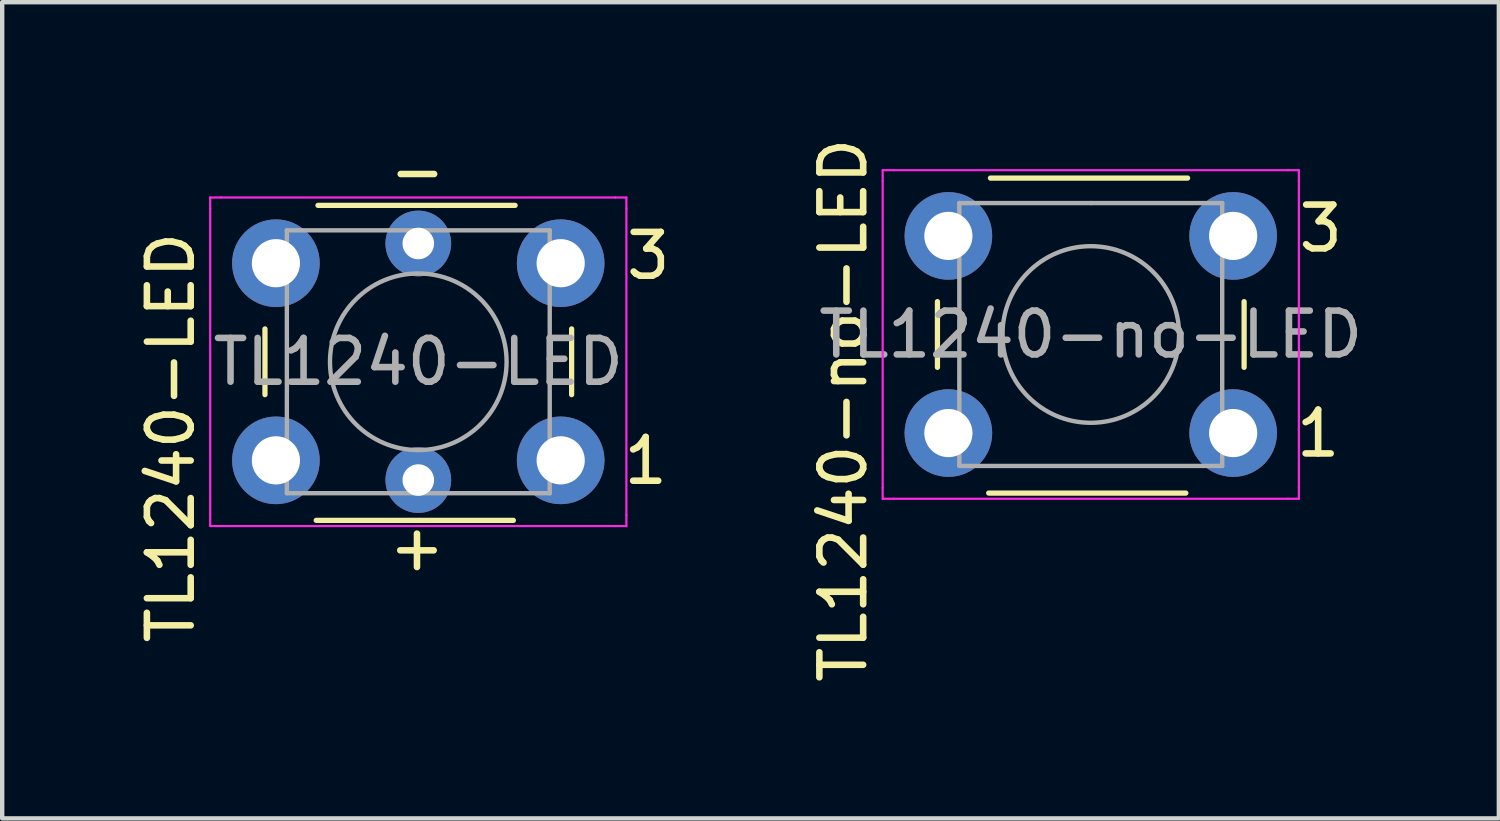
<source format=kicad_pcb>
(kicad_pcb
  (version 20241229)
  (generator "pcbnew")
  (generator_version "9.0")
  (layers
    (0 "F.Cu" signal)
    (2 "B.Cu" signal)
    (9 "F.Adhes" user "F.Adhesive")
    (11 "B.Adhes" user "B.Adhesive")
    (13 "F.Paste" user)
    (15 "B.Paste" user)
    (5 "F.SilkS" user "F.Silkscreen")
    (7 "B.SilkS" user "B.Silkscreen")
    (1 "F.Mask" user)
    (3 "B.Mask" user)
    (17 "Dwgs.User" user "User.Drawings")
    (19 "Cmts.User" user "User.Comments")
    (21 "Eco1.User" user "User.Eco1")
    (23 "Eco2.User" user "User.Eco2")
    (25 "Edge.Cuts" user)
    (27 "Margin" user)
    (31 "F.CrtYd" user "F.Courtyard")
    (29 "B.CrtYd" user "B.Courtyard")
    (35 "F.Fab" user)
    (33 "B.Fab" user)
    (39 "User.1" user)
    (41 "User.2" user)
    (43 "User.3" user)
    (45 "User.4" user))
  (footprint "TL1240-no-LED"
    (layer "F.Cu")
    (at 18.598 2.335)
    (property "Reference" "TL1240-no-LED" (at -2.4 3.98 90) (layer "F.SilkS") (effects (font (size 1 1) (thickness 0.15))))
    (attr through_hole)
    (fp_line (start -0.25 1.5) (end -0.25 3) (stroke (width 0.12) (type solid)) (layer "F.SilkS"))
    (fp_line (start 0.92 5.87) (end 5.42 5.87) (stroke (width 0.12) (type solid)) (layer "F.SilkS"))
    (fp_line (start 5.46 -1.32) (end 0.96 -1.32) (stroke (width 0.12) (type solid)) (layer "F.SilkS"))
    (fp_line (start 6.75 3) (end 6.75 1.5) (stroke (width 0.12) (type solid)) (layer "F.SilkS"))
    (fp_line (start -1.5 -1.5) (end -1.25 -1.5) (stroke (width 0.05) (type solid)) (layer "F.CrtYd"))
    (fp_line (start -1.5 -1.25) (end -1.5 -1.5) (stroke (width 0.05) (type solid)) (layer "F.CrtYd"))
    (fp_line (start -1.5 5.75) (end -1.5 -1.25) (stroke (width 0.05) (type solid)) (layer "F.CrtYd"))
    (fp_line (start -1.5 5.75) (end -1.5 6) (stroke (width 0.05) (type solid)) (layer "F.CrtYd"))
    (fp_line (start -1.5 6) (end -1.25 6) (stroke (width 0.05) (type solid)) (layer "F.CrtYd"))
    (fp_line (start -1.25 -1.5) (end 7.75 -1.5) (stroke (width 0.05) (type solid)) (layer "F.CrtYd"))
    (fp_line (start 7.75 -1.5) (end 8 -1.5) (stroke (width 0.05) (type solid)) (layer "F.CrtYd"))
    (fp_line (start 7.75 6) (end -1.25 6) (stroke (width 0.05) (type solid)) (layer "F.CrtYd"))
    (fp_line (start 7.75 6) (end 8 6) (stroke (width 0.05) (type solid)) (layer "F.CrtYd"))
    (fp_line (start 8 -1.5) (end 8 -1.25) (stroke (width 0.05) (type solid)) (layer "F.CrtYd"))
    (fp_line (start 8 -1.25) (end 8 5.75) (stroke (width 0.05) (type solid)) (layer "F.CrtYd"))
    (fp_line (start 8 6) (end 8 5.75) (stroke (width 0.05) (type solid)) (layer "F.CrtYd"))
    (fp_line (start 0.25 -0.75) (end 3.25 -0.75) (stroke (width 0.1) (type solid)) (layer "F.Fab"))
    (fp_line (start 0.25 5.25) (end 0.25 -0.75) (stroke (width 0.1) (type solid)) (layer "F.Fab"))
    (fp_line (start 3.25 -0.75) (end 6.25 -0.75) (stroke (width 0.1) (type solid)) (layer "F.Fab"))
    (fp_line (start 6.25 -0.75) (end 6.25 5.25) (stroke (width 0.1) (type solid)) (layer "F.Fab"))
    (fp_line (start 6.25 5.25) (end 0.25 5.25) (stroke (width 0.1) (type solid)) (layer "F.Fab"))
    (fp_circle (center 3.25 2.25) (end 1.25 2.5) (stroke (width 0.1) (type solid)) (fill no) (layer "F.Fab"))
    (fp_text user "3" (at 8.5 -0.17 0) (unlocked yes) (layer "F.SilkS") (effects (font (size 1 1) (thickness 0.15))))
    (fp_text user "1" (at 8.44 4.51 0) (unlocked yes) (layer "F.SilkS") (effects (font (size 1 1) (thickness 0.15))))
    (fp_text user "${REFERENCE}" (at 3.25 2.25 0) (layer "F.Fab") (effects (font (size 1 1) (thickness 0.15))))
    (pad "1" thru_hole circle (at 6.5 4.5 90) (size 2 2) (drill 1.1) (layers "*.Cu" "*.Mask"))
    (pad "2" thru_hole circle (at 0 4.5 90) (size 2 2) (drill 1.1) (layers "*.Cu" "*.Mask"))
    (pad "3" thru_hole circle (at 6.5 0 90) (size 2 2) (drill 1.1) (layers "*.Cu" "*.Mask"))
    (pad "4" thru_hole circle (at 0 0 90) (size 2 2) (drill 1.1) (layers "*.Cu" "*.Mask")))
  (footprint "TL1240-LED"
    (layer "F.Cu")
    (at 3.248 2.958)
    (property "Reference" "TL1240-LED" (at -2.4 3.98 90) (layer "F.SilkS") (effects (font (size 1 1) (thickness 0.15))))
    (attr through_hole)
    (fp_line (start -0.25 1.5) (end -0.25 3) (stroke (width 0.12) (type solid)) (layer "F.SilkS"))
    (fp_line (start 0.92 5.87) (end 5.42 5.87) (stroke (width 0.12) (type solid)) (layer "F.SilkS"))
    (fp_line (start 5.46 -1.32) (end 0.96 -1.32) (stroke (width 0.12) (type solid)) (layer "F.SilkS"))
    (fp_line (start 6.75 3) (end 6.75 1.5) (stroke (width 0.12) (type solid)) (layer "F.SilkS"))
    (fp_line (start -1.5 -1.5) (end -1.25 -1.5) (stroke (width 0.05) (type solid)) (layer "F.CrtYd"))
    (fp_line (start -1.5 -1.25) (end -1.5 -1.5) (stroke (width 0.05) (type solid)) (layer "F.CrtYd"))
    (fp_line (start -1.5 5.75) (end -1.5 -1.25) (stroke (width 0.05) (type solid)) (layer "F.CrtYd"))
    (fp_line (start -1.5 5.75) (end -1.5 6) (stroke (width 0.05) (type solid)) (layer "F.CrtYd"))
    (fp_line (start -1.5 6) (end -1.25 6) (stroke (width 0.05) (type solid)) (layer "F.CrtYd"))
    (fp_line (start -1.25 -1.5) (end 7.75 -1.5) (stroke (width 0.05) (type solid)) (layer "F.CrtYd"))
    (fp_line (start 7.75 -1.5) (end 8 -1.5) (stroke (width 0.05) (type solid)) (layer "F.CrtYd"))
    (fp_line (start 7.75 6) (end -1.25 6) (stroke (width 0.05) (type solid)) (layer "F.CrtYd"))
    (fp_line (start 7.75 6) (end 8 6) (stroke (width 0.05) (type solid)) (layer "F.CrtYd"))
    (fp_line (start 8 -1.5) (end 8 -1.25) (stroke (width 0.05) (type solid)) (layer "F.CrtYd"))
    (fp_line (start 8 -1.25) (end 8 5.75) (stroke (width 0.05) (type solid)) (layer "F.CrtYd"))
    (fp_line (start 8 6) (end 8 5.75) (stroke (width 0.05) (type solid)) (layer "F.CrtYd"))
    (fp_line (start 0.25 -0.75) (end 3.25 -0.75) (stroke (width 0.1) (type solid)) (layer "F.Fab"))
    (fp_line (start 0.25 5.25) (end 0.25 -0.75) (stroke (width 0.1) (type solid)) (layer "F.Fab"))
    (fp_line (start 3.25 -0.75) (end 6.25 -0.75) (stroke (width 0.1) (type solid)) (layer "F.Fab"))
    (fp_line (start 6.25 -0.75) (end 6.25 5.25) (stroke (width 0.1) (type solid)) (layer "F.Fab"))
    (fp_line (start 6.25 5.25) (end 0.25 5.25) (stroke (width 0.1) (type solid)) (layer "F.Fab"))
    (fp_circle (center 3.25 2.25) (end 1.25 2.5) (stroke (width 0.1) (type solid)) (fill no) (layer "F.Fab"))
    (fp_text user "+" (at 3.22 6.48 0) (unlocked yes) (layer "F.SilkS") (effects (font (size 1 1) (thickness 0.15))))
    (fp_text user "3" (at 8.5 -0.17 0) (unlocked yes) (layer "F.SilkS") (effects (font (size 1 1) (thickness 0.15))))
    (fp_text user "1" (at 8.44 4.51 0) (unlocked yes) (layer "F.SilkS") (effects (font (size 1 1) (thickness 0.15))))
    (fp_text user "-" (at 3.23 -2.11 0) (unlocked yes) (layer "F.SilkS") (effects (font (size 1 1) (thickness 0.15))))
    (fp_text user "${REFERENCE}" (at 3.25 2.25 0) (layer "F.Fab") (effects (font (size 1 1) (thickness 0.15))))
    (pad "+" thru_hole circle (at 3.25 4.95 90) (size 1.5 1.5) (drill 0.72) (layers "*.Cu" "*.Mask"))
    (pad "-" thru_hole circle (at 3.25 -0.45 90) (size 1.5 1.5) (drill 0.72) (layers "*.Cu" "*.Mask"))
    (pad "1" thru_hole circle (at 6.5 4.5 90) (size 2 2) (drill 1.1) (layers "*.Cu" "*.Mask"))
    (pad "2" thru_hole circle (at 0 4.5 90) (size 2 2) (drill 1.1) (layers "*.Cu" "*.Mask"))
    (pad "3" thru_hole circle (at 6.5 0 90) (size 2 2) (drill 1.1) (layers "*.Cu" "*.Mask"))
    (pad "4" thru_hole circle (at 0 0 90) (size 2 2) (drill 1.1) (layers "*.Cu" "*.Mask")))
  (gr_rect
    (start -3 -3)
    (end 31.163 15.631)
    (stroke (width 0.1) (type default))
    (fill no)
    (layer "Edge.Cuts")))
</source>
